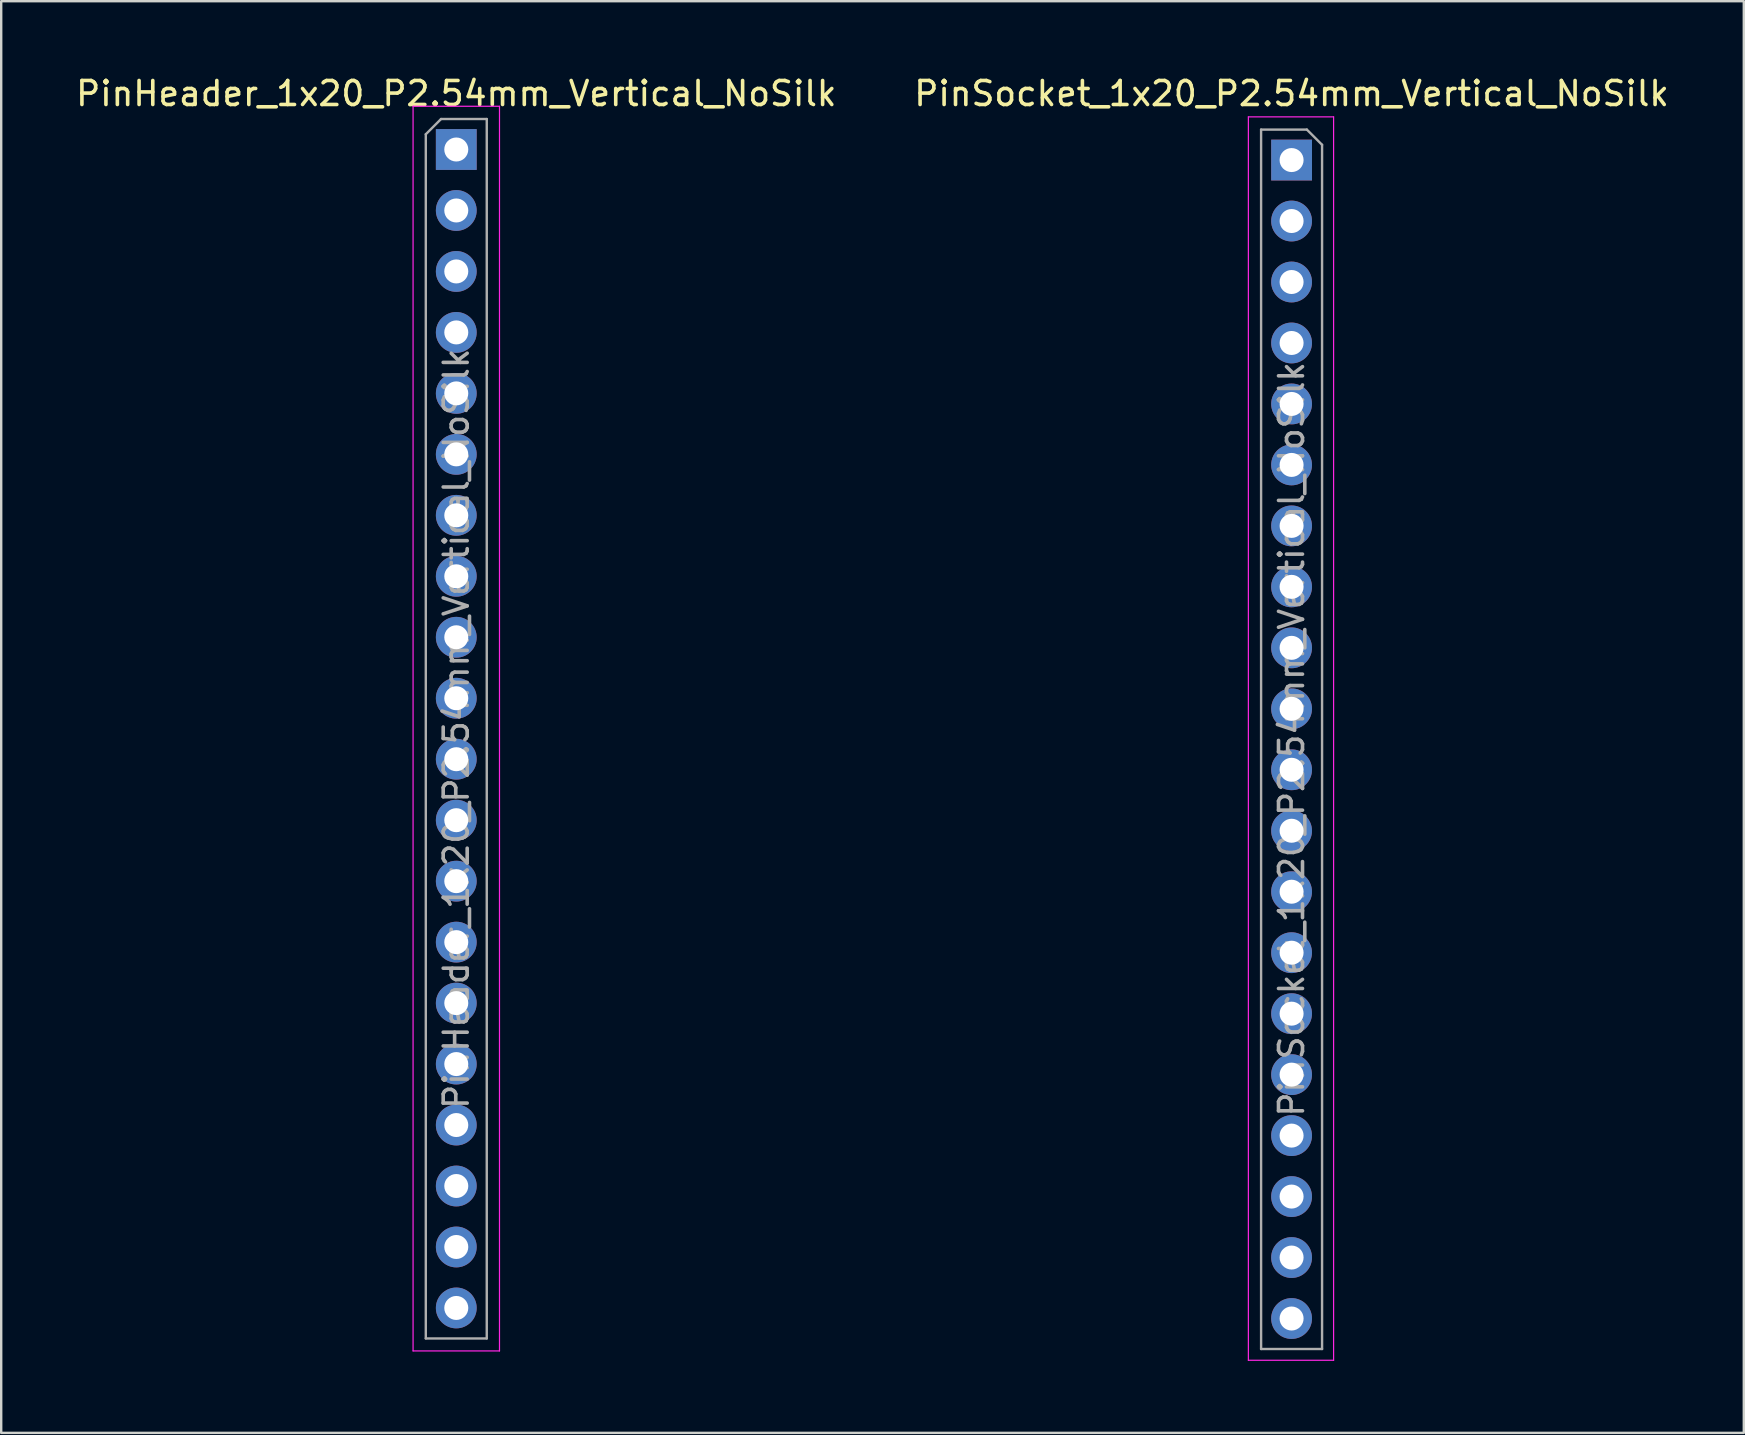
<source format=kicad_pcb>
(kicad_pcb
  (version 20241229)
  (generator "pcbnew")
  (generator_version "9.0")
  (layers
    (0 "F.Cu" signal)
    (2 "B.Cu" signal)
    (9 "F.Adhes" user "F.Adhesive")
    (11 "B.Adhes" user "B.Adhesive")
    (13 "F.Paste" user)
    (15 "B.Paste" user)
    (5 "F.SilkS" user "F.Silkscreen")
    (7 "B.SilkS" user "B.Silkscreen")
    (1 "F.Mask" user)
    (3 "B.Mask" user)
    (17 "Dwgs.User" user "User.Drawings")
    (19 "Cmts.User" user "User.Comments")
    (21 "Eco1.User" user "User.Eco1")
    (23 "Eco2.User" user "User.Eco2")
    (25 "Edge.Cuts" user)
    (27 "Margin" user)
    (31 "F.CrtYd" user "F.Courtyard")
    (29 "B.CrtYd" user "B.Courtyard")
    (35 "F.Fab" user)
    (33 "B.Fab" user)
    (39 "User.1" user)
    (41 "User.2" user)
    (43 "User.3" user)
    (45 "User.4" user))
  (footprint "PinSocket_1x20_P2.54mm_Vertical_NoSilk"
    (layer "F.Cu")
    (at 50.756 3.618)
    (property "Reference" "PinSocket_1x20_P2.54mm_Vertical_NoSilk" (at 0 -2.77 0) (layer "F.SilkS") (effects (font (size 1 1) (thickness 0.15))))
    (attr through_hole)
    (fp_line (start -1.8 -1.8) (end 1.75 -1.8) (stroke (width 0.05) (type solid)) (layer "F.CrtYd"))
    (fp_line (start -1.8 50) (end -1.8 -1.8) (stroke (width 0.05) (type solid)) (layer "F.CrtYd"))
    (fp_line (start 1.75 -1.8) (end 1.75 50) (stroke (width 0.05) (type solid)) (layer "F.CrtYd"))
    (fp_line (start 1.75 50) (end -1.8 50) (stroke (width 0.05) (type solid)) (layer "F.CrtYd"))
    (fp_line (start -1.27 -1.27) (end 0.635 -1.27) (stroke (width 0.1) (type solid)) (layer "F.Fab"))
    (fp_line (start -1.27 49.53) (end -1.27 -1.27) (stroke (width 0.1) (type solid)) (layer "F.Fab"))
    (fp_line (start 0.635 -1.27) (end 1.27 -0.635) (stroke (width 0.1) (type solid)) (layer "F.Fab"))
    (fp_line (start 1.27 -0.635) (end 1.27 49.53) (stroke (width 0.1) (type solid)) (layer "F.Fab"))
    (fp_line (start 1.27 49.53) (end -1.27 49.53) (stroke (width 0.1) (type solid)) (layer "F.Fab"))
    (fp_text user "${REFERENCE}" (at 0 24.13 90) (layer "F.Fab") (effects (font (size 1 1) (thickness 0.15))))
    (pad "1" thru_hole rect (at 0 0) (size 1.7 1.7) (drill 1) (layers "*.Cu" "*.Mask"))
    (pad "2" thru_hole oval (at 0 2.54) (size 1.7 1.7) (drill 1) (layers "*.Cu" "*.Mask"))
    (pad "3" thru_hole oval (at 0 5.08) (size 1.7 1.7) (drill 1) (layers "*.Cu" "*.Mask"))
    (pad "4" thru_hole oval (at 0 7.62) (size 1.7 1.7) (drill 1) (layers "*.Cu" "*.Mask"))
    (pad "5" thru_hole oval (at 0 10.16) (size 1.7 1.7) (drill 1) (layers "*.Cu" "*.Mask"))
    (pad "6" thru_hole oval (at 0 12.7) (size 1.7 1.7) (drill 1) (layers "*.Cu" "*.Mask"))
    (pad "7" thru_hole oval (at 0 15.24) (size 1.7 1.7) (drill 1) (layers "*.Cu" "*.Mask"))
    (pad "8" thru_hole oval (at 0 17.78) (size 1.7 1.7) (drill 1) (layers "*.Cu" "*.Mask"))
    (pad "9" thru_hole oval (at 0 20.32) (size 1.7 1.7) (drill 1) (layers "*.Cu" "*.Mask"))
    (pad "10" thru_hole oval (at 0 22.86) (size 1.7 1.7) (drill 1) (layers "*.Cu" "*.Mask"))
    (pad "11" thru_hole oval (at 0 25.4) (size 1.7 1.7) (drill 1) (layers "*.Cu" "*.Mask"))
    (pad "12" thru_hole oval (at 0 27.94) (size 1.7 1.7) (drill 1) (layers "*.Cu" "*.Mask"))
    (pad "13" thru_hole oval (at 0 30.48) (size 1.7 1.7) (drill 1) (layers "*.Cu" "*.Mask"))
    (pad "14" thru_hole oval (at 0 33.02) (size 1.7 1.7) (drill 1) (layers "*.Cu" "*.Mask"))
    (pad "15" thru_hole oval (at 0 35.56) (size 1.7 1.7) (drill 1) (layers "*.Cu" "*.Mask"))
    (pad "16" thru_hole oval (at 0 38.1) (size 1.7 1.7) (drill 1) (layers "*.Cu" "*.Mask"))
    (pad "17" thru_hole oval (at 0 40.64) (size 1.7 1.7) (drill 1) (layers "*.Cu" "*.Mask"))
    (pad "18" thru_hole oval (at 0 43.18) (size 1.7 1.7) (drill 1) (layers "*.Cu" "*.Mask"))
    (pad "19" thru_hole oval (at 0 45.72) (size 1.7 1.7) (drill 1) (layers "*.Cu" "*.Mask"))
    (pad "20" thru_hole oval (at 0 48.26) (size 1.7 1.7) (drill 1) (layers "*.Cu" "*.Mask")))
  (footprint "PinHeader_1x20_P2.54mm_Vertical_NoSilk"
    (layer "F.Cu")
    (at 15.958 3.178)
    (property "Reference" "PinHeader_1x20_P2.54mm_Vertical_NoSilk" (at 0 -2.33 0) (layer "F.SilkS") (effects (font (size 1 1) (thickness 0.15))))
    (attr through_hole)
    (fp_line (start -1.8 -1.8) (end -1.8 50.05) (stroke (width 0.05) (type solid)) (layer "F.CrtYd"))
    (fp_line (start -1.8 50.05) (end 1.8 50.05) (stroke (width 0.05) (type solid)) (layer "F.CrtYd"))
    (fp_line (start 1.8 -1.8) (end -1.8 -1.8) (stroke (width 0.05) (type solid)) (layer "F.CrtYd"))
    (fp_line (start 1.8 50.05) (end 1.8 -1.8) (stroke (width 0.05) (type solid)) (layer "F.CrtYd"))
    (fp_line (start -1.27 -0.635) (end -0.635 -1.27) (stroke (width 0.1) (type solid)) (layer "F.Fab"))
    (fp_line (start -1.27 49.53) (end -1.27 -0.635) (stroke (width 0.1) (type solid)) (layer "F.Fab"))
    (fp_line (start -0.635 -1.27) (end 1.27 -1.27) (stroke (width 0.1) (type solid)) (layer "F.Fab"))
    (fp_line (start 1.27 -1.27) (end 1.27 49.53) (stroke (width 0.1) (type solid)) (layer "F.Fab"))
    (fp_line (start 1.27 49.53) (end -1.27 49.53) (stroke (width 0.1) (type solid)) (layer "F.Fab"))
    (fp_text user "${REFERENCE}" (at 0 24.13 90) (layer "F.Fab") (effects (font (size 1 1) (thickness 0.15))))
    (pad "1" thru_hole rect (at 0 0) (size 1.7 1.7) (drill 1) (layers "*.Cu" "*.Mask"))
    (pad "2" thru_hole oval (at 0 2.54) (size 1.7 1.7) (drill 1) (layers "*.Cu" "*.Mask"))
    (pad "3" thru_hole oval (at 0 5.08) (size 1.7 1.7) (drill 1) (layers "*.Cu" "*.Mask"))
    (pad "4" thru_hole oval (at 0 7.62) (size 1.7 1.7) (drill 1) (layers "*.Cu" "*.Mask"))
    (pad "5" thru_hole oval (at 0 10.16) (size 1.7 1.7) (drill 1) (layers "*.Cu" "*.Mask"))
    (pad "6" thru_hole oval (at 0 12.7) (size 1.7 1.7) (drill 1) (layers "*.Cu" "*.Mask"))
    (pad "7" thru_hole oval (at 0 15.24) (size 1.7 1.7) (drill 1) (layers "*.Cu" "*.Mask"))
    (pad "8" thru_hole oval (at 0 17.78) (size 1.7 1.7) (drill 1) (layers "*.Cu" "*.Mask"))
    (pad "9" thru_hole oval (at 0 20.32) (size 1.7 1.7) (drill 1) (layers "*.Cu" "*.Mask"))
    (pad "10" thru_hole oval (at 0 22.86) (size 1.7 1.7) (drill 1) (layers "*.Cu" "*.Mask"))
    (pad "11" thru_hole oval (at 0 25.4) (size 1.7 1.7) (drill 1) (layers "*.Cu" "*.Mask"))
    (pad "12" thru_hole oval (at 0 27.94) (size 1.7 1.7) (drill 1) (layers "*.Cu" "*.Mask"))
    (pad "13" thru_hole oval (at 0 30.48) (size 1.7 1.7) (drill 1) (layers "*.Cu" "*.Mask"))
    (pad "14" thru_hole oval (at 0 33.02) (size 1.7 1.7) (drill 1) (layers "*.Cu" "*.Mask"))
    (pad "15" thru_hole oval (at 0 35.56) (size 1.7 1.7) (drill 1) (layers "*.Cu" "*.Mask"))
    (pad "16" thru_hole oval (at 0 38.1) (size 1.7 1.7) (drill 1) (layers "*.Cu" "*.Mask"))
    (pad "17" thru_hole oval (at 0 40.64) (size 1.7 1.7) (drill 1) (layers "*.Cu" "*.Mask"))
    (pad "18" thru_hole oval (at 0 43.18) (size 1.7 1.7) (drill 1) (layers "*.Cu" "*.Mask"))
    (pad "19" thru_hole oval (at 0 45.72) (size 1.7 1.7) (drill 1) (layers "*.Cu" "*.Mask"))
    (pad "20" thru_hole oval (at 0 48.26) (size 1.7 1.7) (drill 1) (layers "*.Cu" "*.Mask")))
  (gr_rect
    (start -3 -3)
    (end 69.595 56.643)
    (stroke (width 0.1) (type default))
    (fill no)
    (layer "Edge.Cuts")))
</source>
